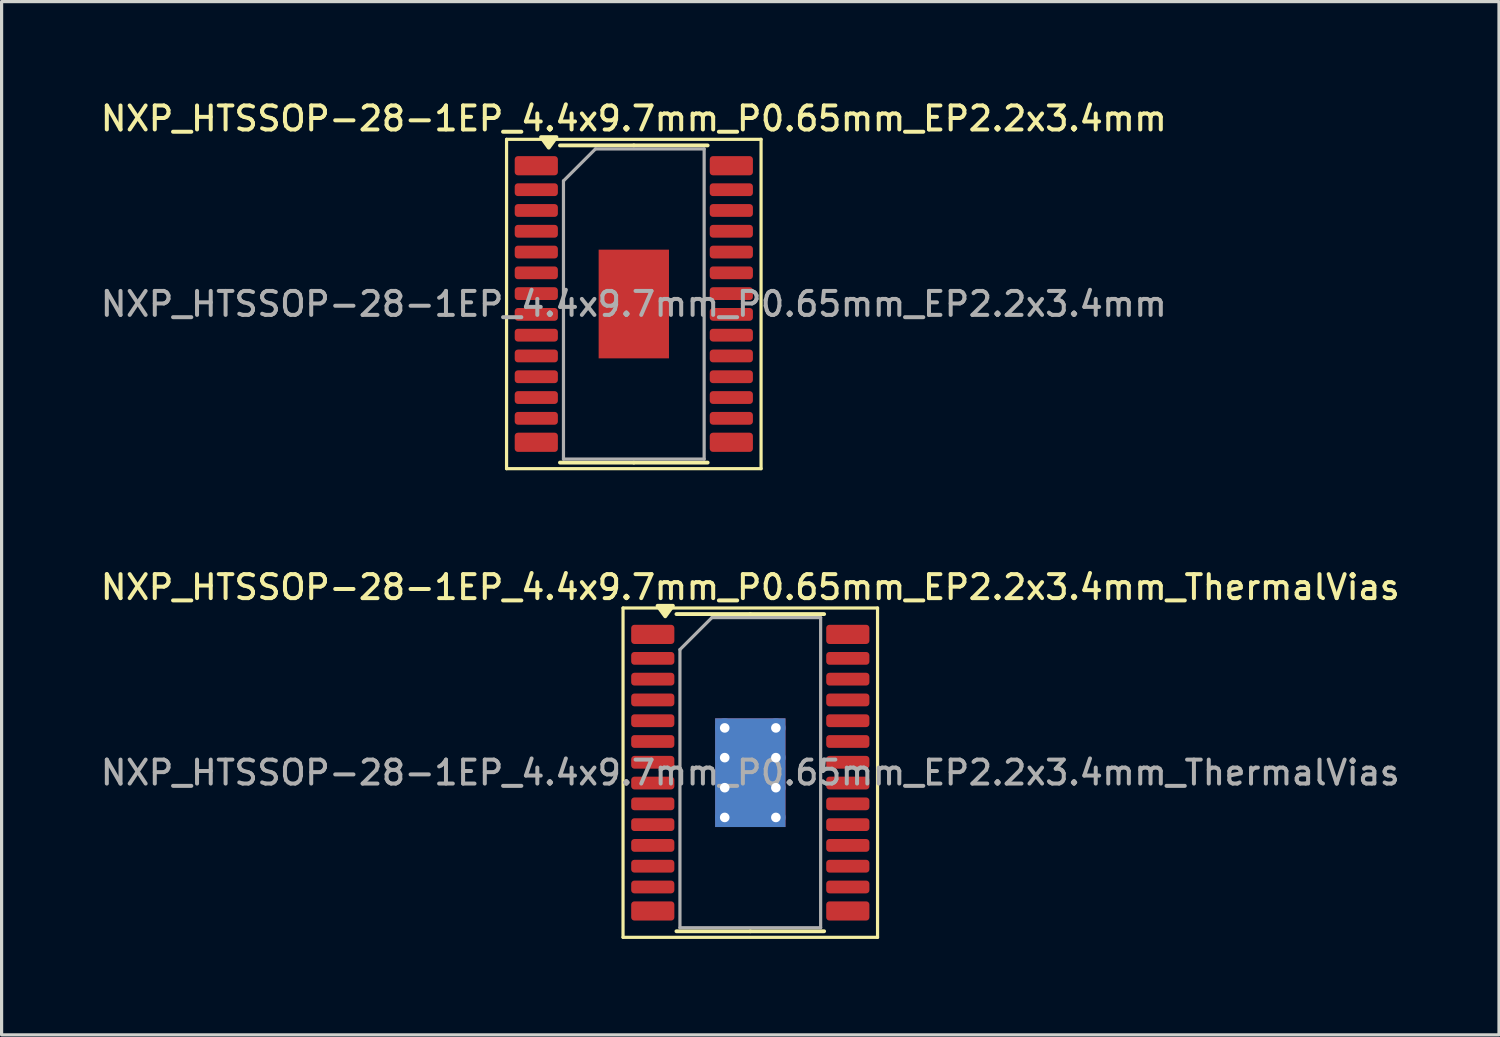
<source format=kicad_pcb>
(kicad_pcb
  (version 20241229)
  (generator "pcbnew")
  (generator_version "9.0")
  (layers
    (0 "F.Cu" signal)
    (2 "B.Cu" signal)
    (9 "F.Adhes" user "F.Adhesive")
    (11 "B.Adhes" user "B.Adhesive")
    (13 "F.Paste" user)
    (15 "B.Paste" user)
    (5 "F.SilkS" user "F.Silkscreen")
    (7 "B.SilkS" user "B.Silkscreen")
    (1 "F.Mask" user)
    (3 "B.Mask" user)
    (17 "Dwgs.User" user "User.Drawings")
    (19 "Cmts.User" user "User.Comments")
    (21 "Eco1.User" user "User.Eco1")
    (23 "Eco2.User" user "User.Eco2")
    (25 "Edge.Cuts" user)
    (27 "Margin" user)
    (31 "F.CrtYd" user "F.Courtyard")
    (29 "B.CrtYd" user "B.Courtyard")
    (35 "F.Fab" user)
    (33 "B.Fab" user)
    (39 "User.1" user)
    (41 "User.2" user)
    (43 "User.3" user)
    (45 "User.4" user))
  (footprint "NXP_HTSSOP-28-1EP_4.4x9.7mm_P0.65mm_EP2.2x3.4mm_ThermalVias"
    (layer "F.Cu")
    (at 20.416 21.116)
    (property "Reference" "NXP_HTSSOP-28-1EP_4.4x9.7mm_P0.65mm_EP2.2x3.4mm_ThermalVias" (at 0 -5.8 0) (layer "F.SilkS") (effects (font (size 0.75 0.75) (thickness 0.125))))
    (attr smd)
    (fp_line (start -3.98 -5.15) (end -3.98 5.15) (stroke (width 0.1) (type solid)) (layer "F.SilkS"))
    (fp_line (start -3.98 5.15) (end 3.98 5.15) (stroke (width 0.1) (type solid)) (layer "F.SilkS"))
    (fp_line (start 0 -4.96) (end -2.31 -4.96) (stroke (width 0.12) (type solid)) (layer "F.SilkS"))
    (fp_line (start 0 -4.96) (end 2.31 -4.96) (stroke (width 0.12) (type solid)) (layer "F.SilkS"))
    (fp_line (start 0 4.96) (end -2.31 4.96) (stroke (width 0.12) (type solid)) (layer "F.SilkS"))
    (fp_line (start 0 4.96) (end 2.31 4.96) (stroke (width 0.12) (type solid)) (layer "F.SilkS"))
    (fp_line (start 3.98 -5.15) (end -3.98 -5.15) (stroke (width 0.1) (type solid)) (layer "F.SilkS"))
    (fp_line (start 3.98 5.15) (end 3.98 -5.15) (stroke (width 0.1) (type solid)) (layer "F.SilkS"))
    (fp_poly (pts (xy -2.66 -4.89) (xy -2.42 -5.22) (xy -2.9 -5.22) (xy -2.66 -4.89)) (stroke (width 0.12) (type solid)) (fill yes) (layer "F.SilkS"))
    (fp_line (start -2.2 -3.85) (end -1.2 -4.85) (stroke (width 0.1) (type solid)) (layer "F.Fab"))
    (fp_line (start -2.2 4.85) (end -2.2 -3.85) (stroke (width 0.1) (type solid)) (layer "F.Fab"))
    (fp_line (start -1.2 -4.85) (end 2.2 -4.85) (stroke (width 0.1) (type solid)) (layer "F.Fab"))
    (fp_line (start 2.2 -4.85) (end 2.2 4.85) (stroke (width 0.1) (type solid)) (layer "F.Fab"))
    (fp_line (start 2.2 4.85) (end -2.2 4.85) (stroke (width 0.1) (type solid)) (layer "F.Fab"))
    (fp_text user "${REFERENCE}" (at 0 0 0) (layer "F.Fab") (effects (font (size 0.75 0.75) (thickness 0.125))))
    (pad "" smd roundrect (at -0.7 -1.23) (size 0.6 0.7) (layers "F.Paste") (roundrect_rratio 0.25))
    (pad "" smd roundrect (at -0.7 -0.41) (size 0.6 0.7) (layers "F.Paste") (roundrect_rratio 0.25))
    (pad "" smd roundrect (at -0.7 0.41) (size 0.6 0.7) (layers "F.Paste") (roundrect_rratio 0.25))
    (pad "" smd roundrect (at -0.7 1.23) (size 0.6 0.7) (layers "F.Paste") (roundrect_rratio 0.25))
    (pad "" smd roundrect (at 0 -1.23) (size 0.6 0.7) (layers "F.Paste") (roundrect_rratio 0.25))
    (pad "" smd roundrect (at 0 -0.41) (size 0.6 0.7) (layers "F.Paste") (roundrect_rratio 0.25))
    (pad "" smd roundrect (at 0 0.41) (size 0.6 0.7) (layers "F.Paste") (roundrect_rratio 0.25))
    (pad "" smd roundrect (at 0 1.23) (size 0.6 0.7) (layers "F.Paste") (roundrect_rratio 0.25))
    (pad "" smd roundrect (at 0.7 -1.23) (size 0.6 0.7) (layers "F.Paste") (roundrect_rratio 0.25))
    (pad "" smd roundrect (at 0.7 -0.41) (size 0.6 0.7) (layers "F.Paste") (roundrect_rratio 0.25))
    (pad "" smd roundrect (at 0.7 0.41) (size 0.6 0.7) (layers "F.Paste") (roundrect_rratio 0.25))
    (pad "" smd roundrect (at 0.7 1.23) (size 0.6 0.7) (layers "F.Paste") (roundrect_rratio 0.25))
    (pad "1" smd roundrect (at -3.05 -4.325) (size 1.35 0.6) (layers "F.Cu" "F.Mask" "F.Paste") (roundrect_rratio 0.167))
    (pad "2" smd roundrect (at -3.05 -3.575) (size 1.35 0.4) (layers "F.Cu" "F.Mask" "F.Paste") (roundrect_rratio 0.25))
    (pad "3" smd roundrect (at -3.05 -2.925) (size 1.35 0.4) (layers "F.Cu" "F.Mask" "F.Paste") (roundrect_rratio 0.25))
    (pad "4" smd roundrect (at -3.05 -2.275) (size 1.35 0.4) (layers "F.Cu" "F.Mask" "F.Paste") (roundrect_rratio 0.25))
    (pad "5" smd roundrect (at -3.05 -1.625) (size 1.35 0.4) (layers "F.Cu" "F.Mask" "F.Paste") (roundrect_rratio 0.25))
    (pad "6" smd roundrect (at -3.05 -0.975) (size 1.35 0.4) (layers "F.Cu" "F.Mask" "F.Paste") (roundrect_rratio 0.25))
    (pad "7" smd roundrect (at -3.05 -0.325) (size 1.35 0.4) (layers "F.Cu" "F.Mask" "F.Paste") (roundrect_rratio 0.25))
    (pad "8" smd roundrect (at -3.05 0.325) (size 1.35 0.4) (layers "F.Cu" "F.Mask" "F.Paste") (roundrect_rratio 0.25))
    (pad "9" smd roundrect (at -3.05 0.975) (size 1.35 0.4) (layers "F.Cu" "F.Mask" "F.Paste") (roundrect_rratio 0.25))
    (pad "10" smd roundrect (at -3.05 1.625) (size 1.35 0.4) (layers "F.Cu" "F.Mask" "F.Paste") (roundrect_rratio 0.25))
    (pad "11" smd roundrect (at -3.05 2.275) (size 1.35 0.4) (layers "F.Cu" "F.Mask" "F.Paste") (roundrect_rratio 0.25))
    (pad "12" smd roundrect (at -3.05 2.925) (size 1.35 0.4) (layers "F.Cu" "F.Mask" "F.Paste") (roundrect_rratio 0.25))
    (pad "13" smd roundrect (at -3.05 3.575) (size 1.35 0.4) (layers "F.Cu" "F.Mask" "F.Paste") (roundrect_rratio 0.25))
    (pad "14" smd roundrect (at -3.05 4.325) (size 1.35 0.6) (layers "F.Cu" "F.Mask" "F.Paste") (roundrect_rratio 0.167))
    (pad "15" smd roundrect (at 3.05 4.325) (size 1.35 0.6) (layers "F.Cu" "F.Mask" "F.Paste") (roundrect_rratio 0.167))
    (pad "16" smd roundrect (at 3.05 3.575) (size 1.35 0.4) (layers "F.Cu" "F.Mask" "F.Paste") (roundrect_rratio 0.25))
    (pad "17" smd roundrect (at 3.05 2.925) (size 1.35 0.4) (layers "F.Cu" "F.Mask" "F.Paste") (roundrect_rratio 0.25))
    (pad "18" smd roundrect (at 3.05 2.275) (size 1.35 0.4) (layers "F.Cu" "F.Mask" "F.Paste") (roundrect_rratio 0.25))
    (pad "19" smd roundrect (at 3.05 1.625) (size 1.35 0.4) (layers "F.Cu" "F.Mask" "F.Paste") (roundrect_rratio 0.25))
    (pad "20" smd roundrect (at 3.05 0.975) (size 1.35 0.4) (layers "F.Cu" "F.Mask" "F.Paste") (roundrect_rratio 0.25))
    (pad "21" smd roundrect (at 3.05 0.325) (size 1.35 0.4) (layers "F.Cu" "F.Mask" "F.Paste") (roundrect_rratio 0.25))
    (pad "22" smd roundrect (at 3.05 -0.325) (size 1.35 0.4) (layers "F.Cu" "F.Mask" "F.Paste") (roundrect_rratio 0.25))
    (pad "23" smd roundrect (at 3.05 -0.975) (size 1.35 0.4) (layers "F.Cu" "F.Mask" "F.Paste") (roundrect_rratio 0.25))
    (pad "24" smd roundrect (at 3.05 -1.625) (size 1.35 0.4) (layers "F.Cu" "F.Mask" "F.Paste") (roundrect_rratio 0.25))
    (pad "25" smd roundrect (at 3.05 -2.275) (size 1.35 0.4) (layers "F.Cu" "F.Mask" "F.Paste") (roundrect_rratio 0.25))
    (pad "26" smd roundrect (at 3.05 -2.925) (size 1.35 0.4) (layers "F.Cu" "F.Mask" "F.Paste") (roundrect_rratio 0.25))
    (pad "27" smd roundrect (at 3.05 -3.575) (size 1.35 0.4) (layers "F.Cu" "F.Mask" "F.Paste") (roundrect_rratio 0.25))
    (pad "28" smd roundrect (at 3.05 -4.325) (size 1.35 0.6) (layers "F.Cu" "F.Mask" "F.Paste") (roundrect_rratio 0.167))
    (pad "29" thru_hole circle (at -0.8 -1.4) (size 0.6 0.6) (drill 0.3) (layers "*.Cu"))
    (pad "29" thru_hole circle (at -0.8 -0.47) (size 0.6 0.6) (drill 0.3) (layers "*.Cu"))
    (pad "29" thru_hole circle (at -0.8 0.47) (size 0.6 0.6) (drill 0.3) (layers "*.Cu"))
    (pad "29" thru_hole circle (at -0.8 1.4) (size 0.6 0.6) (drill 0.3) (layers "*.Cu"))
    (pad "29" smd rect (at 0 0) (size 2.2 3.4) (layers "F.Cu" "F.Mask"))
    (pad "29" smd rect (at 0 0) (size 2.2 3.4) (layers "B.Cu"))
    (pad "29" thru_hole circle (at 0.8 -1.4) (size 0.6 0.6) (drill 0.3) (layers "*.Cu"))
    (pad "29" thru_hole circle (at 0.8 -0.47) (size 0.6 0.6) (drill 0.3) (layers "*.Cu"))
    (pad "29" thru_hole circle (at 0.8 0.47) (size 0.6 0.6) (drill 0.3) (layers "*.Cu"))
    (pad "29" thru_hole circle (at 0.8 1.4) (size 0.6 0.6) (drill 0.3) (layers "*.Cu")))
  (footprint "NXP_HTSSOP-28-1EP_4.4x9.7mm_P0.65mm_EP2.2x3.4mm"
    (layer "F.Cu")
    (at 16.773 6.458)
    (property "Reference" "NXP_HTSSOP-28-1EP_4.4x9.7mm_P0.65mm_EP2.2x3.4mm" (at 0 -5.8 0) (layer "F.SilkS") (effects (font (size 0.75 0.75) (thickness 0.125))))
    (attr smd)
    (fp_line (start -3.98 -5.15) (end -3.98 5.15) (stroke (width 0.1) (type solid)) (layer "F.SilkS"))
    (fp_line (start -3.98 5.15) (end 3.98 5.15) (stroke (width 0.1) (type solid)) (layer "F.SilkS"))
    (fp_line (start 0 -4.96) (end -2.31 -4.96) (stroke (width 0.12) (type solid)) (layer "F.SilkS"))
    (fp_line (start 0 -4.96) (end 2.31 -4.96) (stroke (width 0.12) (type solid)) (layer "F.SilkS"))
    (fp_line (start 0 4.96) (end -2.31 4.96) (stroke (width 0.12) (type solid)) (layer "F.SilkS"))
    (fp_line (start 0 4.96) (end 2.31 4.96) (stroke (width 0.12) (type solid)) (layer "F.SilkS"))
    (fp_line (start 3.98 -5.15) (end -3.98 -5.15) (stroke (width 0.1) (type solid)) (layer "F.SilkS"))
    (fp_line (start 3.98 5.15) (end 3.98 -5.15) (stroke (width 0.1) (type solid)) (layer "F.SilkS"))
    (fp_poly (pts (xy -2.66 -4.89) (xy -2.42 -5.22) (xy -2.9 -5.22) (xy -2.66 -4.89)) (stroke (width 0.12) (type solid)) (fill yes) (layer "F.SilkS"))
    (fp_line (start -2.2 -3.85) (end -1.2 -4.85) (stroke (width 0.1) (type solid)) (layer "F.Fab"))
    (fp_line (start -2.2 4.85) (end -2.2 -3.85) (stroke (width 0.1) (type solid)) (layer "F.Fab"))
    (fp_line (start -1.2 -4.85) (end 2.2 -4.85) (stroke (width 0.1) (type solid)) (layer "F.Fab"))
    (fp_line (start 2.2 -4.85) (end 2.2 4.85) (stroke (width 0.1) (type solid)) (layer "F.Fab"))
    (fp_line (start 2.2 4.85) (end -2.2 4.85) (stroke (width 0.1) (type solid)) (layer "F.Fab"))
    (fp_text user "${REFERENCE}" (at 0 0 0) (layer "F.Fab") (effects (font (size 0.75 0.75) (thickness 0.125))))
    (pad "" smd roundrect (at -0.7 -1.23) (size 0.6 0.7) (layers "F.Paste") (roundrect_rratio 0.25))
    (pad "" smd roundrect (at -0.7 -0.41) (size 0.6 0.7) (layers "F.Paste") (roundrect_rratio 0.25))
    (pad "" smd roundrect (at -0.7 0.41) (size 0.6 0.7) (layers "F.Paste") (roundrect_rratio 0.25))
    (pad "" smd roundrect (at -0.7 1.23) (size 0.6 0.7) (layers "F.Paste") (roundrect_rratio 0.25))
    (pad "" smd roundrect (at 0 -1.23) (size 0.6 0.7) (layers "F.Paste") (roundrect_rratio 0.25))
    (pad "" smd roundrect (at 0 -0.41) (size 0.6 0.7) (layers "F.Paste") (roundrect_rratio 0.25))
    (pad "" smd roundrect (at 0 0.41) (size 0.6 0.7) (layers "F.Paste") (roundrect_rratio 0.25))
    (pad "" smd roundrect (at 0 1.23) (size 0.6 0.7) (layers "F.Paste") (roundrect_rratio 0.25))
    (pad "" smd roundrect (at 0.7 -1.23) (size 0.6 0.7) (layers "F.Paste") (roundrect_rratio 0.25))
    (pad "" smd roundrect (at 0.7 -0.41) (size 0.6 0.7) (layers "F.Paste") (roundrect_rratio 0.25))
    (pad "" smd roundrect (at 0.7 0.41) (size 0.6 0.7) (layers "F.Paste") (roundrect_rratio 0.25))
    (pad "" smd roundrect (at 0.7 1.23) (size 0.6 0.7) (layers "F.Paste") (roundrect_rratio 0.25))
    (pad "1" smd roundrect (at -3.05 -4.325) (size 1.35 0.6) (layers "F.Cu" "F.Mask" "F.Paste") (roundrect_rratio 0.167))
    (pad "2" smd roundrect (at -3.05 -3.575) (size 1.35 0.4) (layers "F.Cu" "F.Mask" "F.Paste") (roundrect_rratio 0.25))
    (pad "3" smd roundrect (at -3.05 -2.925) (size 1.35 0.4) (layers "F.Cu" "F.Mask" "F.Paste") (roundrect_rratio 0.25))
    (pad "4" smd roundrect (at -3.05 -2.275) (size 1.35 0.4) (layers "F.Cu" "F.Mask" "F.Paste") (roundrect_rratio 0.25))
    (pad "5" smd roundrect (at -3.05 -1.625) (size 1.35 0.4) (layers "F.Cu" "F.Mask" "F.Paste") (roundrect_rratio 0.25))
    (pad "6" smd roundrect (at -3.05 -0.975) (size 1.35 0.4) (layers "F.Cu" "F.Mask" "F.Paste") (roundrect_rratio 0.25))
    (pad "7" smd roundrect (at -3.05 -0.325) (size 1.35 0.4) (layers "F.Cu" "F.Mask" "F.Paste") (roundrect_rratio 0.25))
    (pad "8" smd roundrect (at -3.05 0.325) (size 1.35 0.4) (layers "F.Cu" "F.Mask" "F.Paste") (roundrect_rratio 0.25))
    (pad "9" smd roundrect (at -3.05 0.975) (size 1.35 0.4) (layers "F.Cu" "F.Mask" "F.Paste") (roundrect_rratio 0.25))
    (pad "10" smd roundrect (at -3.05 1.625) (size 1.35 0.4) (layers "F.Cu" "F.Mask" "F.Paste") (roundrect_rratio 0.25))
    (pad "11" smd roundrect (at -3.05 2.275) (size 1.35 0.4) (layers "F.Cu" "F.Mask" "F.Paste") (roundrect_rratio 0.25))
    (pad "12" smd roundrect (at -3.05 2.925) (size 1.35 0.4) (layers "F.Cu" "F.Mask" "F.Paste") (roundrect_rratio 0.25))
    (pad "13" smd roundrect (at -3.05 3.575) (size 1.35 0.4) (layers "F.Cu" "F.Mask" "F.Paste") (roundrect_rratio 0.25))
    (pad "14" smd roundrect (at -3.05 4.325) (size 1.35 0.6) (layers "F.Cu" "F.Mask" "F.Paste") (roundrect_rratio 0.167))
    (pad "15" smd roundrect (at 3.05 4.325) (size 1.35 0.6) (layers "F.Cu" "F.Mask" "F.Paste") (roundrect_rratio 0.167))
    (pad "16" smd roundrect (at 3.05 3.575) (size 1.35 0.4) (layers "F.Cu" "F.Mask" "F.Paste") (roundrect_rratio 0.25))
    (pad "17" smd roundrect (at 3.05 2.925) (size 1.35 0.4) (layers "F.Cu" "F.Mask" "F.Paste") (roundrect_rratio 0.25))
    (pad "18" smd roundrect (at 3.05 2.275) (size 1.35 0.4) (layers "F.Cu" "F.Mask" "F.Paste") (roundrect_rratio 0.25))
    (pad "19" smd roundrect (at 3.05 1.625) (size 1.35 0.4) (layers "F.Cu" "F.Mask" "F.Paste") (roundrect_rratio 0.25))
    (pad "20" smd roundrect (at 3.05 0.975) (size 1.35 0.4) (layers "F.Cu" "F.Mask" "F.Paste") (roundrect_rratio 0.25))
    (pad "21" smd roundrect (at 3.05 0.325) (size 1.35 0.4) (layers "F.Cu" "F.Mask" "F.Paste") (roundrect_rratio 0.25))
    (pad "22" smd roundrect (at 3.05 -0.325) (size 1.35 0.4) (layers "F.Cu" "F.Mask" "F.Paste") (roundrect_rratio 0.25))
    (pad "23" smd roundrect (at 3.05 -0.975) (size 1.35 0.4) (layers "F.Cu" "F.Mask" "F.Paste") (roundrect_rratio 0.25))
    (pad "24" smd roundrect (at 3.05 -1.625) (size 1.35 0.4) (layers "F.Cu" "F.Mask" "F.Paste") (roundrect_rratio 0.25))
    (pad "25" smd roundrect (at 3.05 -2.275) (size 1.35 0.4) (layers "F.Cu" "F.Mask" "F.Paste") (roundrect_rratio 0.25))
    (pad "26" smd roundrect (at 3.05 -2.925) (size 1.35 0.4) (layers "F.Cu" "F.Mask" "F.Paste") (roundrect_rratio 0.25))
    (pad "27" smd roundrect (at 3.05 -3.575) (size 1.35 0.4) (layers "F.Cu" "F.Mask" "F.Paste") (roundrect_rratio 0.25))
    (pad "28" smd roundrect (at 3.05 -4.325) (size 1.35 0.6) (layers "F.Cu" "F.Mask" "F.Paste") (roundrect_rratio 0.167))
    (pad "29" smd rect (at 0 0) (size 2.2 3.4) (layers "F.Cu" "F.Mask")))
  (gr_rect
    (start -3 -3)
    (end 43.832 29.316)
    (stroke (width 0.1) (type default))
    (fill no)
    (layer "Edge.Cuts")))
</source>
